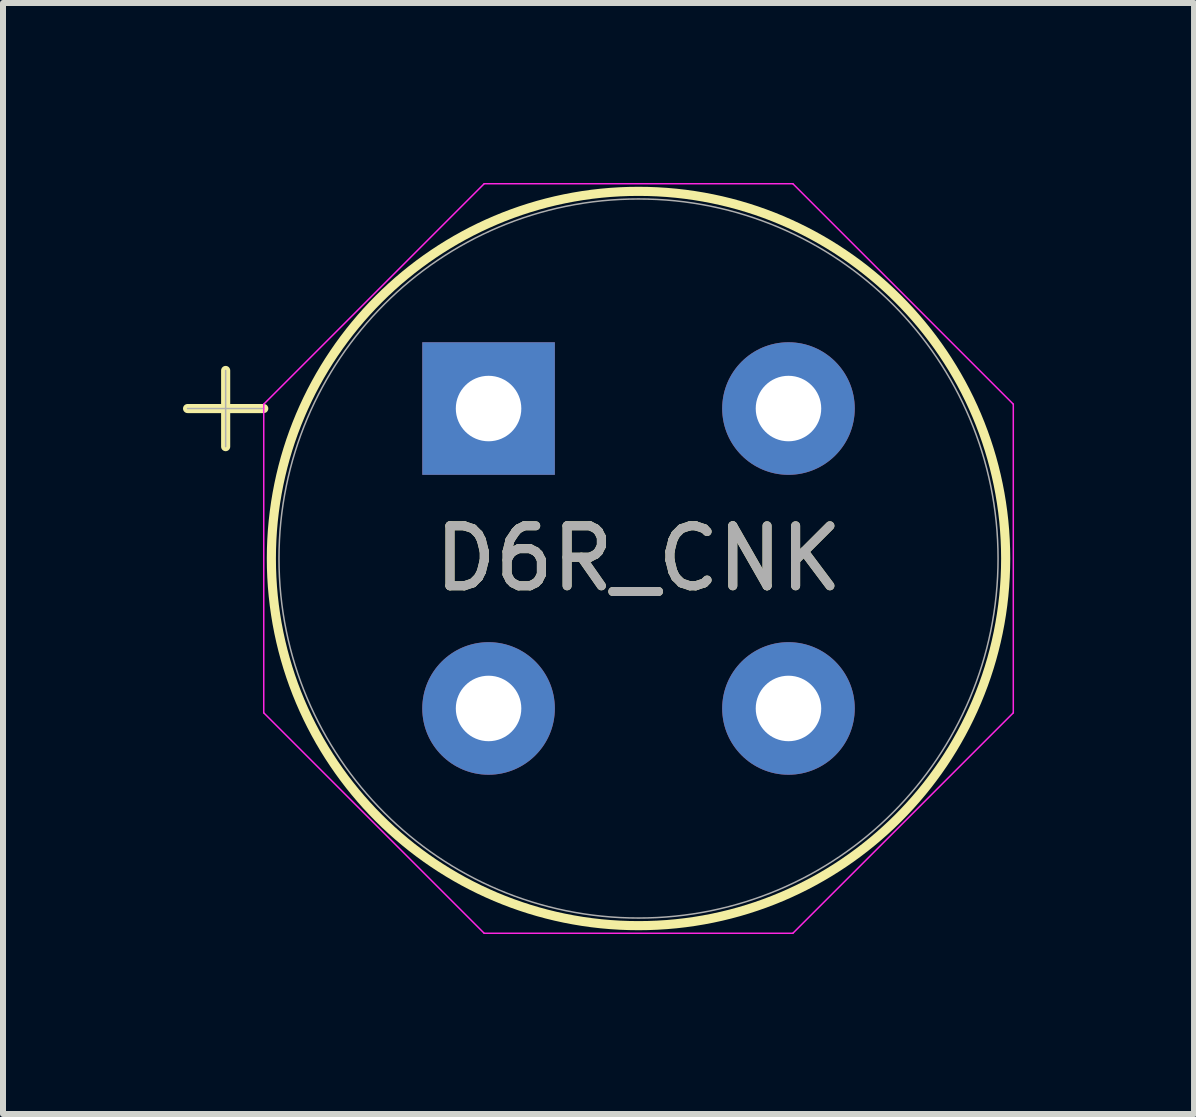
<source format=kicad_pcb>
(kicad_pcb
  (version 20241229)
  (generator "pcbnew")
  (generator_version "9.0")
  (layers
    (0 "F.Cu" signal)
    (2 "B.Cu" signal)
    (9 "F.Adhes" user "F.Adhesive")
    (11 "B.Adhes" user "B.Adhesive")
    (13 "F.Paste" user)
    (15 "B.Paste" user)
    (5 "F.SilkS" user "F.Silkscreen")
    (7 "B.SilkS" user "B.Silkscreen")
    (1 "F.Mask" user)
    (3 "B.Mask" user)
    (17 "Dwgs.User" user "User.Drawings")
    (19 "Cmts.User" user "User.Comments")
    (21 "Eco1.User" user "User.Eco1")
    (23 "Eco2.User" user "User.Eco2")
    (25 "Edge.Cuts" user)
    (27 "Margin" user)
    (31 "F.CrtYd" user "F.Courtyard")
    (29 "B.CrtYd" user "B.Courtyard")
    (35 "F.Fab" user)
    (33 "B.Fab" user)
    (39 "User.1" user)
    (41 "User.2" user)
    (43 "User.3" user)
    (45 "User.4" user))
  (footprint "D6R_CNK"
    (layer "F.Cu")
    (at 5.095 3.761)
    (property "Reference" "D6R_CNK" (at 2.5 2.5 0) (unlocked yes) (layer "F.SilkS") (effects (font (size 1 1) (thickness 0.15))))
    (attr through_hole)
    (fp_line (start -5.018 0) (end -3.748 0) (stroke (width 0.152) (type solid)) (layer "F.SilkS"))
    (fp_line (start -4.383 -0.635) (end -4.383 0.635) (stroke (width 0.152) (type solid)) (layer "F.SilkS"))
    (fp_circle (center 2.5 2.5) (end 8.621 2.5) (stroke (width 0.152) (type solid)) (fill no) (layer "F.SilkS"))
    (fp_line (start -3.748 -0.073) (end -0.073 -3.748) (stroke (width 0.025) (type solid)) (layer "F.CrtYd"))
    (fp_line (start -3.748 5.073) (end -3.748 -0.073) (stroke (width 0.025) (type solid)) (layer "F.CrtYd"))
    (fp_line (start -0.073 -3.748) (end 5.073 -3.748) (stroke (width 0.025) (type solid)) (layer "F.CrtYd"))
    (fp_line (start -0.073 8.748) (end -3.748 5.073) (stroke (width 0.025) (type solid)) (layer "F.CrtYd"))
    (fp_line (start 5.073 -3.748) (end 8.748 -0.073) (stroke (width 0.025) (type solid)) (layer "F.CrtYd"))
    (fp_line (start 5.073 8.748) (end -0.073 8.748) (stroke (width 0.025) (type solid)) (layer "F.CrtYd"))
    (fp_line (start 8.748 -0.073) (end 8.748 5.073) (stroke (width 0.025) (type solid)) (layer "F.CrtYd"))
    (fp_line (start 8.748 5.073) (end 5.073 8.748) (stroke (width 0.025) (type solid)) (layer "F.CrtYd"))
    (fp_line (start -5.018 0) (end -3.748 0) (stroke (width 0.025) (type solid)) (layer "F.Fab"))
    (fp_line (start -4.383 -0.635) (end -4.383 0.635) (stroke (width 0.025) (type solid)) (layer "F.Fab"))
    (fp_circle (center 2.5 2.5) (end 8.494 2.5) (stroke (width 0.025) (type solid)) (fill no) (layer "F.Fab"))
    (fp_text user "${REFERENCE}" (at 2.5 2.5 0) (unlocked yes) (layer "F.Fab") (effects (font (size 1 1) (thickness 0.15))))
    (pad "1" thru_hole rect (at 0 0) (size 2.21 2.21) (drill 1.092) (layers "*.Cu" "*.Mask"))
    (pad "2" thru_hole circle (at 0 5) (size 2.21 2.21) (drill 1.092) (layers "*.Cu" "*.Mask"))
    (pad "3" thru_hole circle (at 5 5) (size 2.21 2.21) (drill 1.092) (layers "*.Cu" "*.Mask"))
    (pad "4" thru_hole circle (at 5 0) (size 2.21 2.21) (drill 1.092) (layers "*.Cu" "*.Mask")))
  (gr_rect
    (start -3 -3)
    (end 16.856 15.522)
    (stroke (width 0.1) (type default))
    (fill no)
    (layer "Edge.Cuts")))
</source>
